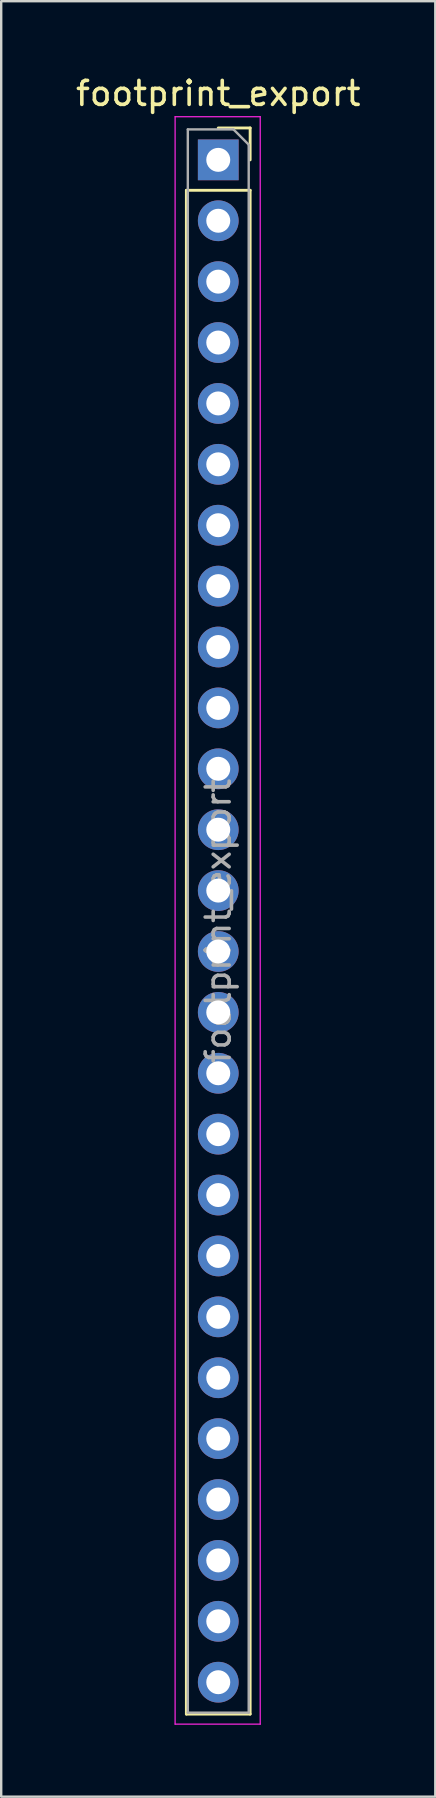
<source format=kicad_pcb>
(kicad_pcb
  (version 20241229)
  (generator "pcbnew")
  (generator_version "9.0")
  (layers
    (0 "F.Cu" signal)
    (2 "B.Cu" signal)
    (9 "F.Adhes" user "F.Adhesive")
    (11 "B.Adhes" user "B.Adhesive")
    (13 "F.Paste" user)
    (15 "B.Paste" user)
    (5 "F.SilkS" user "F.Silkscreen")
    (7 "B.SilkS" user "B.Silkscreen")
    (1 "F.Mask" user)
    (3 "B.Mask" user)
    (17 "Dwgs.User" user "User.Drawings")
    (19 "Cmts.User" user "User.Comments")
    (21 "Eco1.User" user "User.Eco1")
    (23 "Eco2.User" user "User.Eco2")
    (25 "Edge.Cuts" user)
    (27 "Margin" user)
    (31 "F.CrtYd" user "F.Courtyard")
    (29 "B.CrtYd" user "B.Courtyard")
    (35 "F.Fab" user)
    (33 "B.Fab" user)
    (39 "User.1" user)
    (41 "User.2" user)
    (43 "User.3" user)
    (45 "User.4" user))
  (footprint "footprint_export"
    (layer "F.Cu")
    (at 6.054 3.618)
    (property "Reference" "footprint_export" (at 0 -2.77 0) (layer "F.SilkS") (effects (font (size 1 1) (thickness 0.15))))
    (attr through_hole)
    (fp_line (start -1.33 1.27) (end -1.33 64.83) (stroke (width 0.12) (type solid)) (layer "F.SilkS"))
    (fp_line (start -1.33 1.27) (end 1.33 1.27) (stroke (width 0.12) (type solid)) (layer "F.SilkS"))
    (fp_line (start -1.33 64.83) (end 1.33 64.83) (stroke (width 0.12) (type solid)) (layer "F.SilkS"))
    (fp_line (start 0 -1.33) (end 1.33 -1.33) (stroke (width 0.12) (type solid)) (layer "F.SilkS"))
    (fp_line (start 1.33 -1.33) (end 1.33 0) (stroke (width 0.12) (type solid)) (layer "F.SilkS"))
    (fp_line (start 1.33 1.27) (end 1.33 64.83) (stroke (width 0.12) (type solid)) (layer "F.SilkS"))
    (fp_line (start -1.8 -1.8) (end 1.75 -1.8) (stroke (width 0.05) (type solid)) (layer "F.CrtYd"))
    (fp_line (start -1.8 65.25) (end -1.8 -1.8) (stroke (width 0.05) (type solid)) (layer "F.CrtYd"))
    (fp_line (start 1.75 -1.8) (end 1.75 65.25) (stroke (width 0.05) (type solid)) (layer "F.CrtYd"))
    (fp_line (start 1.75 65.25) (end -1.8 65.25) (stroke (width 0.05) (type solid)) (layer "F.CrtYd"))
    (fp_line (start -1.27 -1.27) (end 0.635 -1.27) (stroke (width 0.1) (type solid)) (layer "F.Fab"))
    (fp_line (start -1.27 64.77) (end -1.27 -1.27) (stroke (width 0.1) (type solid)) (layer "F.Fab"))
    (fp_line (start 0.635 -1.27) (end 1.27 -0.635) (stroke (width 0.1) (type solid)) (layer "F.Fab"))
    (fp_line (start 1.27 -0.635) (end 1.27 64.77) (stroke (width 0.1) (type solid)) (layer "F.Fab"))
    (fp_line (start 1.27 64.77) (end -1.27 64.77) (stroke (width 0.1) (type solid)) (layer "F.Fab"))
    (fp_text user "${REFERENCE}" (at 0 31.75 90) (layer "F.Fab") (effects (font (size 1 1) (thickness 0.15))))
    (pad "1" thru_hole rect (at 0 0) (size 1.7 1.7) (drill 1) (layers "*.Cu" "*.Mask"))
    (pad "2" thru_hole oval (at 0 2.54) (size 1.7 1.7) (drill 1) (layers "*.Cu" "*.Mask"))
    (pad "3" thru_hole oval (at 0 5.08) (size 1.7 1.7) (drill 1) (layers "*.Cu" "*.Mask"))
    (pad "4" thru_hole oval (at 0 7.62) (size 1.7 1.7) (drill 1) (layers "*.Cu" "*.Mask"))
    (pad "5" thru_hole oval (at 0 10.16) (size 1.7 1.7) (drill 1) (layers "*.Cu" "*.Mask"))
    (pad "6" thru_hole oval (at 0 12.7) (size 1.7 1.7) (drill 1) (layers "*.Cu" "*.Mask"))
    (pad "7" thru_hole oval (at 0 15.24) (size 1.7 1.7) (drill 1) (layers "*.Cu" "*.Mask"))
    (pad "8" thru_hole oval (at 0 17.78) (size 1.7 1.7) (drill 1) (layers "*.Cu" "*.Mask"))
    (pad "9" thru_hole oval (at 0 20.32) (size 1.7 1.7) (drill 1) (layers "*.Cu" "*.Mask"))
    (pad "10" thru_hole oval (at 0 22.86) (size 1.7 1.7) (drill 1) (layers "*.Cu" "*.Mask"))
    (pad "11" thru_hole oval (at 0 25.4) (size 1.7 1.7) (drill 1) (layers "*.Cu" "*.Mask"))
    (pad "12" thru_hole oval (at 0 27.94) (size 1.7 1.7) (drill 1) (layers "*.Cu" "*.Mask"))
    (pad "13" thru_hole oval (at 0 30.48) (size 1.7 1.7) (drill 1) (layers "*.Cu" "*.Mask"))
    (pad "14" thru_hole oval (at 0 33.02) (size 1.7 1.7) (drill 1) (layers "*.Cu" "*.Mask"))
    (pad "15" thru_hole oval (at 0 35.56) (size 1.7 1.7) (drill 1) (layers "*.Cu" "*.Mask"))
    (pad "16" thru_hole oval (at 0 38.1) (size 1.7 1.7) (drill 1) (layers "*.Cu" "*.Mask"))
    (pad "17" thru_hole oval (at 0 40.64) (size 1.7 1.7) (drill 1) (layers "*.Cu" "*.Mask"))
    (pad "18" thru_hole oval (at 0 43.18) (size 1.7 1.7) (drill 1) (layers "*.Cu" "*.Mask"))
    (pad "19" thru_hole oval (at 0 45.72) (size 1.7 1.7) (drill 1) (layers "*.Cu" "*.Mask"))
    (pad "20" thru_hole oval (at 0 48.26) (size 1.7 1.7) (drill 1) (layers "*.Cu" "*.Mask"))
    (pad "21" thru_hole oval (at 0 50.8) (size 1.7 1.7) (drill 1) (layers "*.Cu" "*.Mask"))
    (pad "22" thru_hole oval (at 0 53.34) (size 1.7 1.7) (drill 1) (layers "*.Cu" "*.Mask"))
    (pad "23" thru_hole oval (at 0 55.88) (size 1.7 1.7) (drill 1) (layers "*.Cu" "*.Mask"))
    (pad "24" thru_hole oval (at 0 58.42) (size 1.7 1.7) (drill 1) (layers "*.Cu" "*.Mask"))
    (pad "25" thru_hole oval (at 0 60.96) (size 1.7 1.7) (drill 1) (layers "*.Cu" "*.Mask"))
    (pad "26" thru_hole oval (at 0 63.5) (size 1.7 1.7) (drill 1) (layers "*.Cu" "*.Mask")))
  (gr_rect
    (start -3 -3)
    (end 15.107 71.893)
    (stroke (width 0.1) (type default))
    (fill no)
    (layer "Edge.Cuts")))
</source>
